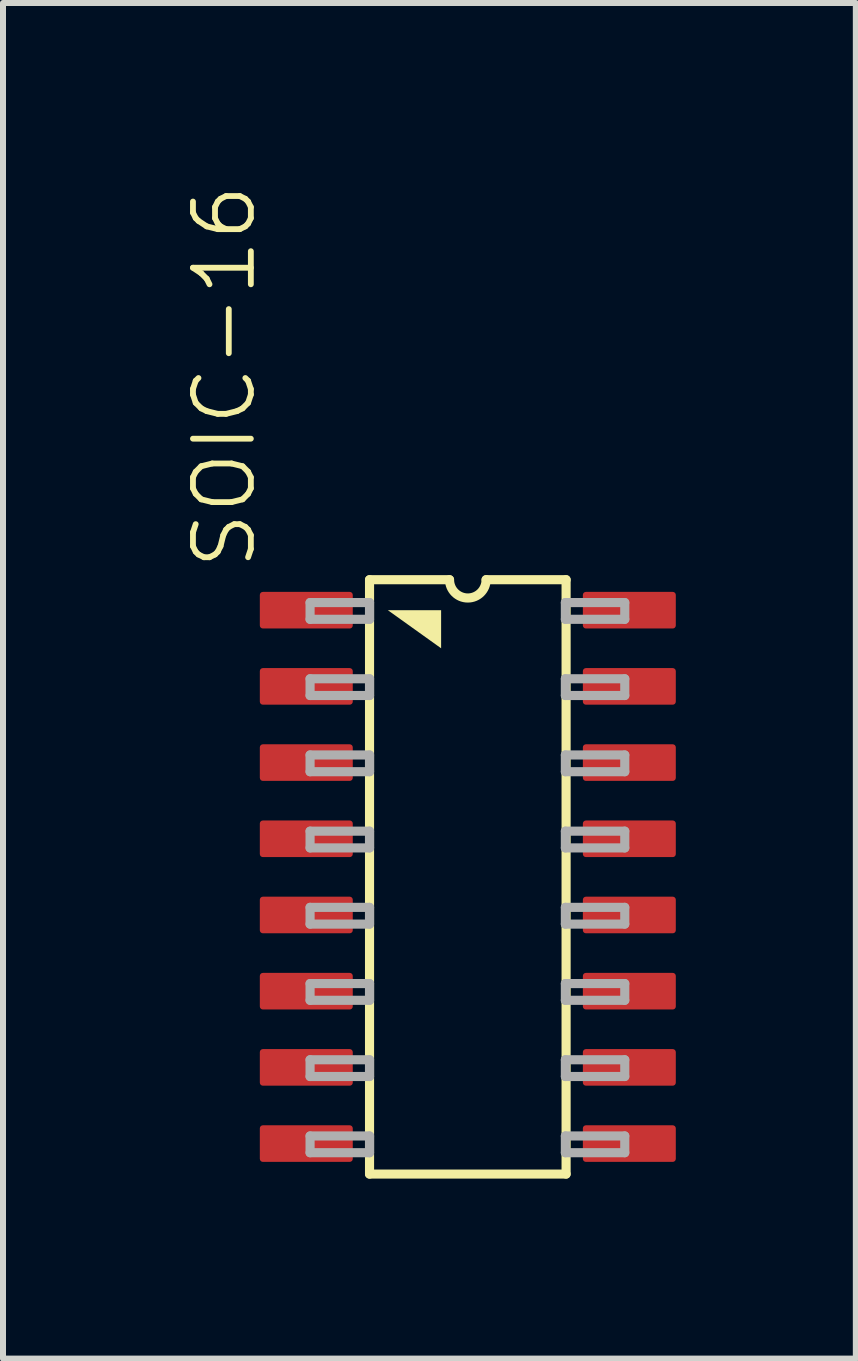
<source format=kicad_pcb>
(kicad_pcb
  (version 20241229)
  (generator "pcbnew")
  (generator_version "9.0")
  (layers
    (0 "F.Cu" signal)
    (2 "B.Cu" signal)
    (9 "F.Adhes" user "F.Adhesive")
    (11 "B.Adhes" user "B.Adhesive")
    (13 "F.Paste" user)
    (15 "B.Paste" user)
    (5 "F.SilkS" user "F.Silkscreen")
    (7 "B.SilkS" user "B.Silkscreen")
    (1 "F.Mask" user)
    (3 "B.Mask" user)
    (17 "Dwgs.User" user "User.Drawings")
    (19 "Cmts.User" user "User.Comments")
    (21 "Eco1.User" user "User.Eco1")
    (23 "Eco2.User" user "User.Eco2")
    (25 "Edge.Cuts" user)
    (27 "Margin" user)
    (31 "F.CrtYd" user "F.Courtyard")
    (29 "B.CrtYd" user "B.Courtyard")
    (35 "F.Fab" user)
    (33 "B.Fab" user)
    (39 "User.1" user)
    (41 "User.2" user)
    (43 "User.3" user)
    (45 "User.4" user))
  (footprint "SOIC-16"
    (layer "F.Cu")
    (at 4.747 11.565)
    (property "Reference" "SOIC-16" (at -3.493 -5.08 270) (layer "F.SilkS") (effects (font (size 0.965 0.965) (thickness 0.097)) (justify left bottom)))
    (attr through_hole)
    (fp_line (start -1.638 -4.953) (end -1.638 4.953) (stroke (width 0.152) (type solid)) (layer "F.SilkS"))
    (fp_line (start -1.638 4.953) (end 1.638 4.953) (stroke (width 0.152) (type solid)) (layer "F.SilkS"))
    (fp_line (start -0.305 -4.953) (end -1.638 -4.953) (stroke (width 0.152) (type solid)) (layer "F.SilkS"))
    (fp_line (start 1.638 -4.953) (end 0.305 -4.953) (stroke (width 0.152) (type solid)) (layer "F.SilkS"))
    (fp_line (start 1.638 4.953) (end 1.638 -4.953) (stroke (width 0.152) (type solid)) (layer "F.SilkS"))
    (fp_arc (start 0.3048 -4.953) (mid 0 -4.6482) (end -0.3048 -4.953) (stroke (width 0.1524) (type solid)) (layer "F.SilkS"))
    (fp_poly (pts (xy -1.333 -4.445) (xy -0.445 -4.445) (xy -0.445 -3.81)) (stroke (width 0) (type solid)) (fill yes) (layer "F.SilkS"))
    (fp_line (start -2.629 -4.572) (end -2.629 -4.293) (stroke (width 0.152) (type solid)) (layer "F.Fab"))
    (fp_line (start -2.629 -4.293) (end -1.638 -4.293) (stroke (width 0.152) (type solid)) (layer "F.Fab"))
    (fp_line (start -2.629 -3.302) (end -2.629 -3.023) (stroke (width 0.152) (type solid)) (layer "F.Fab"))
    (fp_line (start -2.629 -3.023) (end -1.638 -3.023) (stroke (width 0.152) (type solid)) (layer "F.Fab"))
    (fp_line (start -2.629 -2.032) (end -2.629 -1.753) (stroke (width 0.152) (type solid)) (layer "F.Fab"))
    (fp_line (start -2.629 -1.753) (end -1.638 -1.753) (stroke (width 0.152) (type solid)) (layer "F.Fab"))
    (fp_line (start -2.629 -0.762) (end -2.629 -0.483) (stroke (width 0.152) (type solid)) (layer "F.Fab"))
    (fp_line (start -2.629 -0.483) (end -1.638 -0.483) (stroke (width 0.152) (type solid)) (layer "F.Fab"))
    (fp_line (start -2.629 0.508) (end -2.629 0.787) (stroke (width 0.152) (type solid)) (layer "F.Fab"))
    (fp_line (start -2.629 0.787) (end -1.638 0.787) (stroke (width 0.152) (type solid)) (layer "F.Fab"))
    (fp_line (start -2.629 1.778) (end -2.629 2.057) (stroke (width 0.152) (type solid)) (layer "F.Fab"))
    (fp_line (start -2.629 2.057) (end -1.638 2.057) (stroke (width 0.152) (type solid)) (layer "F.Fab"))
    (fp_line (start -2.629 3.048) (end -2.629 3.327) (stroke (width 0.152) (type solid)) (layer "F.Fab"))
    (fp_line (start -2.629 3.327) (end -1.638 3.327) (stroke (width 0.152) (type solid)) (layer "F.Fab"))
    (fp_line (start -2.629 4.318) (end -2.629 4.597) (stroke (width 0.152) (type solid)) (layer "F.Fab"))
    (fp_line (start -2.629 4.597) (end -1.638 4.597) (stroke (width 0.152) (type solid)) (layer "F.Fab"))
    (fp_line (start -1.638 -4.572) (end -2.629 -4.572) (stroke (width 0.152) (type solid)) (layer "F.Fab"))
    (fp_line (start -1.638 -4.293) (end -1.638 -4.572) (stroke (width 0.152) (type solid)) (layer "F.Fab"))
    (fp_line (start -1.638 -3.302) (end -2.629 -3.302) (stroke (width 0.152) (type solid)) (layer "F.Fab"))
    (fp_line (start -1.638 -3.023) (end -1.638 -3.302) (stroke (width 0.152) (type solid)) (layer "F.Fab"))
    (fp_line (start -1.638 -2.032) (end -2.629 -2.032) (stroke (width 0.152) (type solid)) (layer "F.Fab"))
    (fp_line (start -1.638 -1.753) (end -1.638 -2.032) (stroke (width 0.152) (type solid)) (layer "F.Fab"))
    (fp_line (start -1.638 -0.762) (end -2.629 -0.762) (stroke (width 0.152) (type solid)) (layer "F.Fab"))
    (fp_line (start -1.638 -0.483) (end -1.638 -0.762) (stroke (width 0.152) (type solid)) (layer "F.Fab"))
    (fp_line (start -1.638 0.508) (end -2.629 0.508) (stroke (width 0.152) (type solid)) (layer "F.Fab"))
    (fp_line (start -1.638 0.787) (end -1.638 0.508) (stroke (width 0.152) (type solid)) (layer "F.Fab"))
    (fp_line (start -1.638 1.778) (end -2.629 1.778) (stroke (width 0.152) (type solid)) (layer "F.Fab"))
    (fp_line (start -1.638 2.057) (end -1.638 1.778) (stroke (width 0.152) (type solid)) (layer "F.Fab"))
    (fp_line (start -1.638 3.048) (end -2.629 3.048) (stroke (width 0.152) (type solid)) (layer "F.Fab"))
    (fp_line (start -1.638 3.327) (end -1.638 3.048) (stroke (width 0.152) (type solid)) (layer "F.Fab"))
    (fp_line (start -1.638 4.318) (end -2.629 4.318) (stroke (width 0.152) (type solid)) (layer "F.Fab"))
    (fp_line (start -1.638 4.597) (end -1.638 4.318) (stroke (width 0.152) (type solid)) (layer "F.Fab"))
    (fp_line (start 1.626 -4.572) (end 1.626 -4.293) (stroke (width 0.152) (type solid)) (layer "F.Fab"))
    (fp_line (start 1.626 -4.293) (end 2.616 -4.293) (stroke (width 0.152) (type solid)) (layer "F.Fab"))
    (fp_line (start 1.626 -3.302) (end 1.626 -3.023) (stroke (width 0.152) (type solid)) (layer "F.Fab"))
    (fp_line (start 1.626 -3.023) (end 2.616 -3.023) (stroke (width 0.152) (type solid)) (layer "F.Fab"))
    (fp_line (start 1.626 -2.032) (end 1.626 -1.753) (stroke (width 0.152) (type solid)) (layer "F.Fab"))
    (fp_line (start 1.626 -1.753) (end 2.616 -1.753) (stroke (width 0.152) (type solid)) (layer "F.Fab"))
    (fp_line (start 1.626 -0.762) (end 1.626 -0.483) (stroke (width 0.152) (type solid)) (layer "F.Fab"))
    (fp_line (start 1.626 -0.483) (end 2.616 -0.483) (stroke (width 0.152) (type solid)) (layer "F.Fab"))
    (fp_line (start 1.626 0.508) (end 1.626 0.787) (stroke (width 0.152) (type solid)) (layer "F.Fab"))
    (fp_line (start 1.626 0.787) (end 2.616 0.787) (stroke (width 0.152) (type solid)) (layer "F.Fab"))
    (fp_line (start 1.626 1.778) (end 1.626 2.057) (stroke (width 0.152) (type solid)) (layer "F.Fab"))
    (fp_line (start 1.626 2.057) (end 2.616 2.057) (stroke (width 0.152) (type solid)) (layer "F.Fab"))
    (fp_line (start 1.626 3.048) (end 1.626 3.327) (stroke (width 0.152) (type solid)) (layer "F.Fab"))
    (fp_line (start 1.626 3.327) (end 2.616 3.327) (stroke (width 0.152) (type solid)) (layer "F.Fab"))
    (fp_line (start 1.626 4.318) (end 1.626 4.597) (stroke (width 0.152) (type solid)) (layer "F.Fab"))
    (fp_line (start 1.626 4.597) (end 2.616 4.597) (stroke (width 0.152) (type solid)) (layer "F.Fab"))
    (fp_line (start 2.616 -4.572) (end 1.626 -4.572) (stroke (width 0.152) (type solid)) (layer "F.Fab"))
    (fp_line (start 2.616 -4.293) (end 2.616 -4.572) (stroke (width 0.152) (type solid)) (layer "F.Fab"))
    (fp_line (start 2.616 -3.302) (end 1.626 -3.302) (stroke (width 0.152) (type solid)) (layer "F.Fab"))
    (fp_line (start 2.616 -3.023) (end 2.616 -3.302) (stroke (width 0.152) (type solid)) (layer "F.Fab"))
    (fp_line (start 2.616 -2.032) (end 1.626 -2.032) (stroke (width 0.152) (type solid)) (layer "F.Fab"))
    (fp_line (start 2.616 -1.753) (end 2.616 -2.032) (stroke (width 0.152) (type solid)) (layer "F.Fab"))
    (fp_line (start 2.616 -0.762) (end 1.626 -0.762) (stroke (width 0.152) (type solid)) (layer "F.Fab"))
    (fp_line (start 2.616 -0.483) (end 2.616 -0.762) (stroke (width 0.152) (type solid)) (layer "F.Fab"))
    (fp_line (start 2.616 0.508) (end 1.626 0.508) (stroke (width 0.152) (type solid)) (layer "F.Fab"))
    (fp_line (start 2.616 0.787) (end 2.616 0.508) (stroke (width 0.152) (type solid)) (layer "F.Fab"))
    (fp_line (start 2.616 1.778) (end 1.626 1.778) (stroke (width 0.152) (type solid)) (layer "F.Fab"))
    (fp_line (start 2.616 2.057) (end 2.616 1.778) (stroke (width 0.152) (type solid)) (layer "F.Fab"))
    (fp_line (start 2.616 3.048) (end 1.626 3.048) (stroke (width 0.152) (type solid)) (layer "F.Fab"))
    (fp_line (start 2.616 3.327) (end 2.616 3.048) (stroke (width 0.152) (type solid)) (layer "F.Fab"))
    (fp_line (start 2.616 4.318) (end 1.626 4.318) (stroke (width 0.152) (type solid)) (layer "F.Fab"))
    (fp_line (start 2.616 4.597) (end 2.616 4.318) (stroke (width 0.152) (type solid)) (layer "F.Fab"))
    (pad "1" smd roundrect (at -2.692 -4.445) (size 1.549 0.61) (layers "F.Cu" "F.Mask" "F.Paste") (roundrect_rratio 0.083))
    (pad "2" smd roundrect (at -2.692 -3.175) (size 1.549 0.61) (layers "F.Cu" "F.Mask" "F.Paste") (roundrect_rratio 0.083))
    (pad "3" smd roundrect (at -2.692 -1.905) (size 1.549 0.61) (layers "F.Cu" "F.Mask" "F.Paste") (roundrect_rratio 0.083))
    (pad "4" smd roundrect (at -2.692 -0.635) (size 1.549 0.61) (layers "F.Cu" "F.Mask" "F.Paste") (roundrect_rratio 0.083))
    (pad "5" smd roundrect (at -2.692 0.635) (size 1.549 0.61) (layers "F.Cu" "F.Mask" "F.Paste") (roundrect_rratio 0.083))
    (pad "6" smd roundrect (at -2.692 1.905) (size 1.549 0.61) (layers "F.Cu" "F.Mask" "F.Paste") (roundrect_rratio 0.083))
    (pad "7" smd roundrect (at -2.692 3.175) (size 1.549 0.61) (layers "F.Cu" "F.Mask" "F.Paste") (roundrect_rratio 0.083))
    (pad "8" smd roundrect (at -2.692 4.445) (size 1.549 0.61) (layers "F.Cu" "F.Mask" "F.Paste") (roundrect_rratio 0.083))
    (pad "9" smd roundrect (at 2.692 4.445) (size 1.549 0.61) (layers "F.Cu" "F.Mask" "F.Paste") (roundrect_rratio 0.083))
    (pad "10" smd roundrect (at 2.692 3.175) (size 1.549 0.61) (layers "F.Cu" "F.Mask" "F.Paste") (roundrect_rratio 0.083))
    (pad "11" smd roundrect (at 2.692 1.905) (size 1.549 0.61) (layers "F.Cu" "F.Mask" "F.Paste") (roundrect_rratio 0.083))
    (pad "12" smd roundrect (at 2.692 0.635) (size 1.549 0.61) (layers "F.Cu" "F.Mask" "F.Paste") (roundrect_rratio 0.083))
    (pad "13" smd roundrect (at 2.692 -0.635) (size 1.549 0.61) (layers "F.Cu" "F.Mask" "F.Paste") (roundrect_rratio 0.083))
    (pad "14" smd roundrect (at 2.692 -1.905) (size 1.549 0.61) (layers "F.Cu" "F.Mask" "F.Paste") (roundrect_rratio 0.083))
    (pad "15" smd roundrect (at 2.692 -3.175) (size 1.549 0.61) (layers "F.Cu" "F.Mask" "F.Paste") (roundrect_rratio 0.083))
    (pad "16" smd roundrect (at 2.692 -4.445) (size 1.549 0.61) (layers "F.Cu" "F.Mask" "F.Paste") (roundrect_rratio 0.083)))
  (gr_rect
    (start -3 -3)
    (end 11.214 19.594)
    (stroke (width 0.1) (type default))
    (fill no)
    (layer "Edge.Cuts")))
</source>
